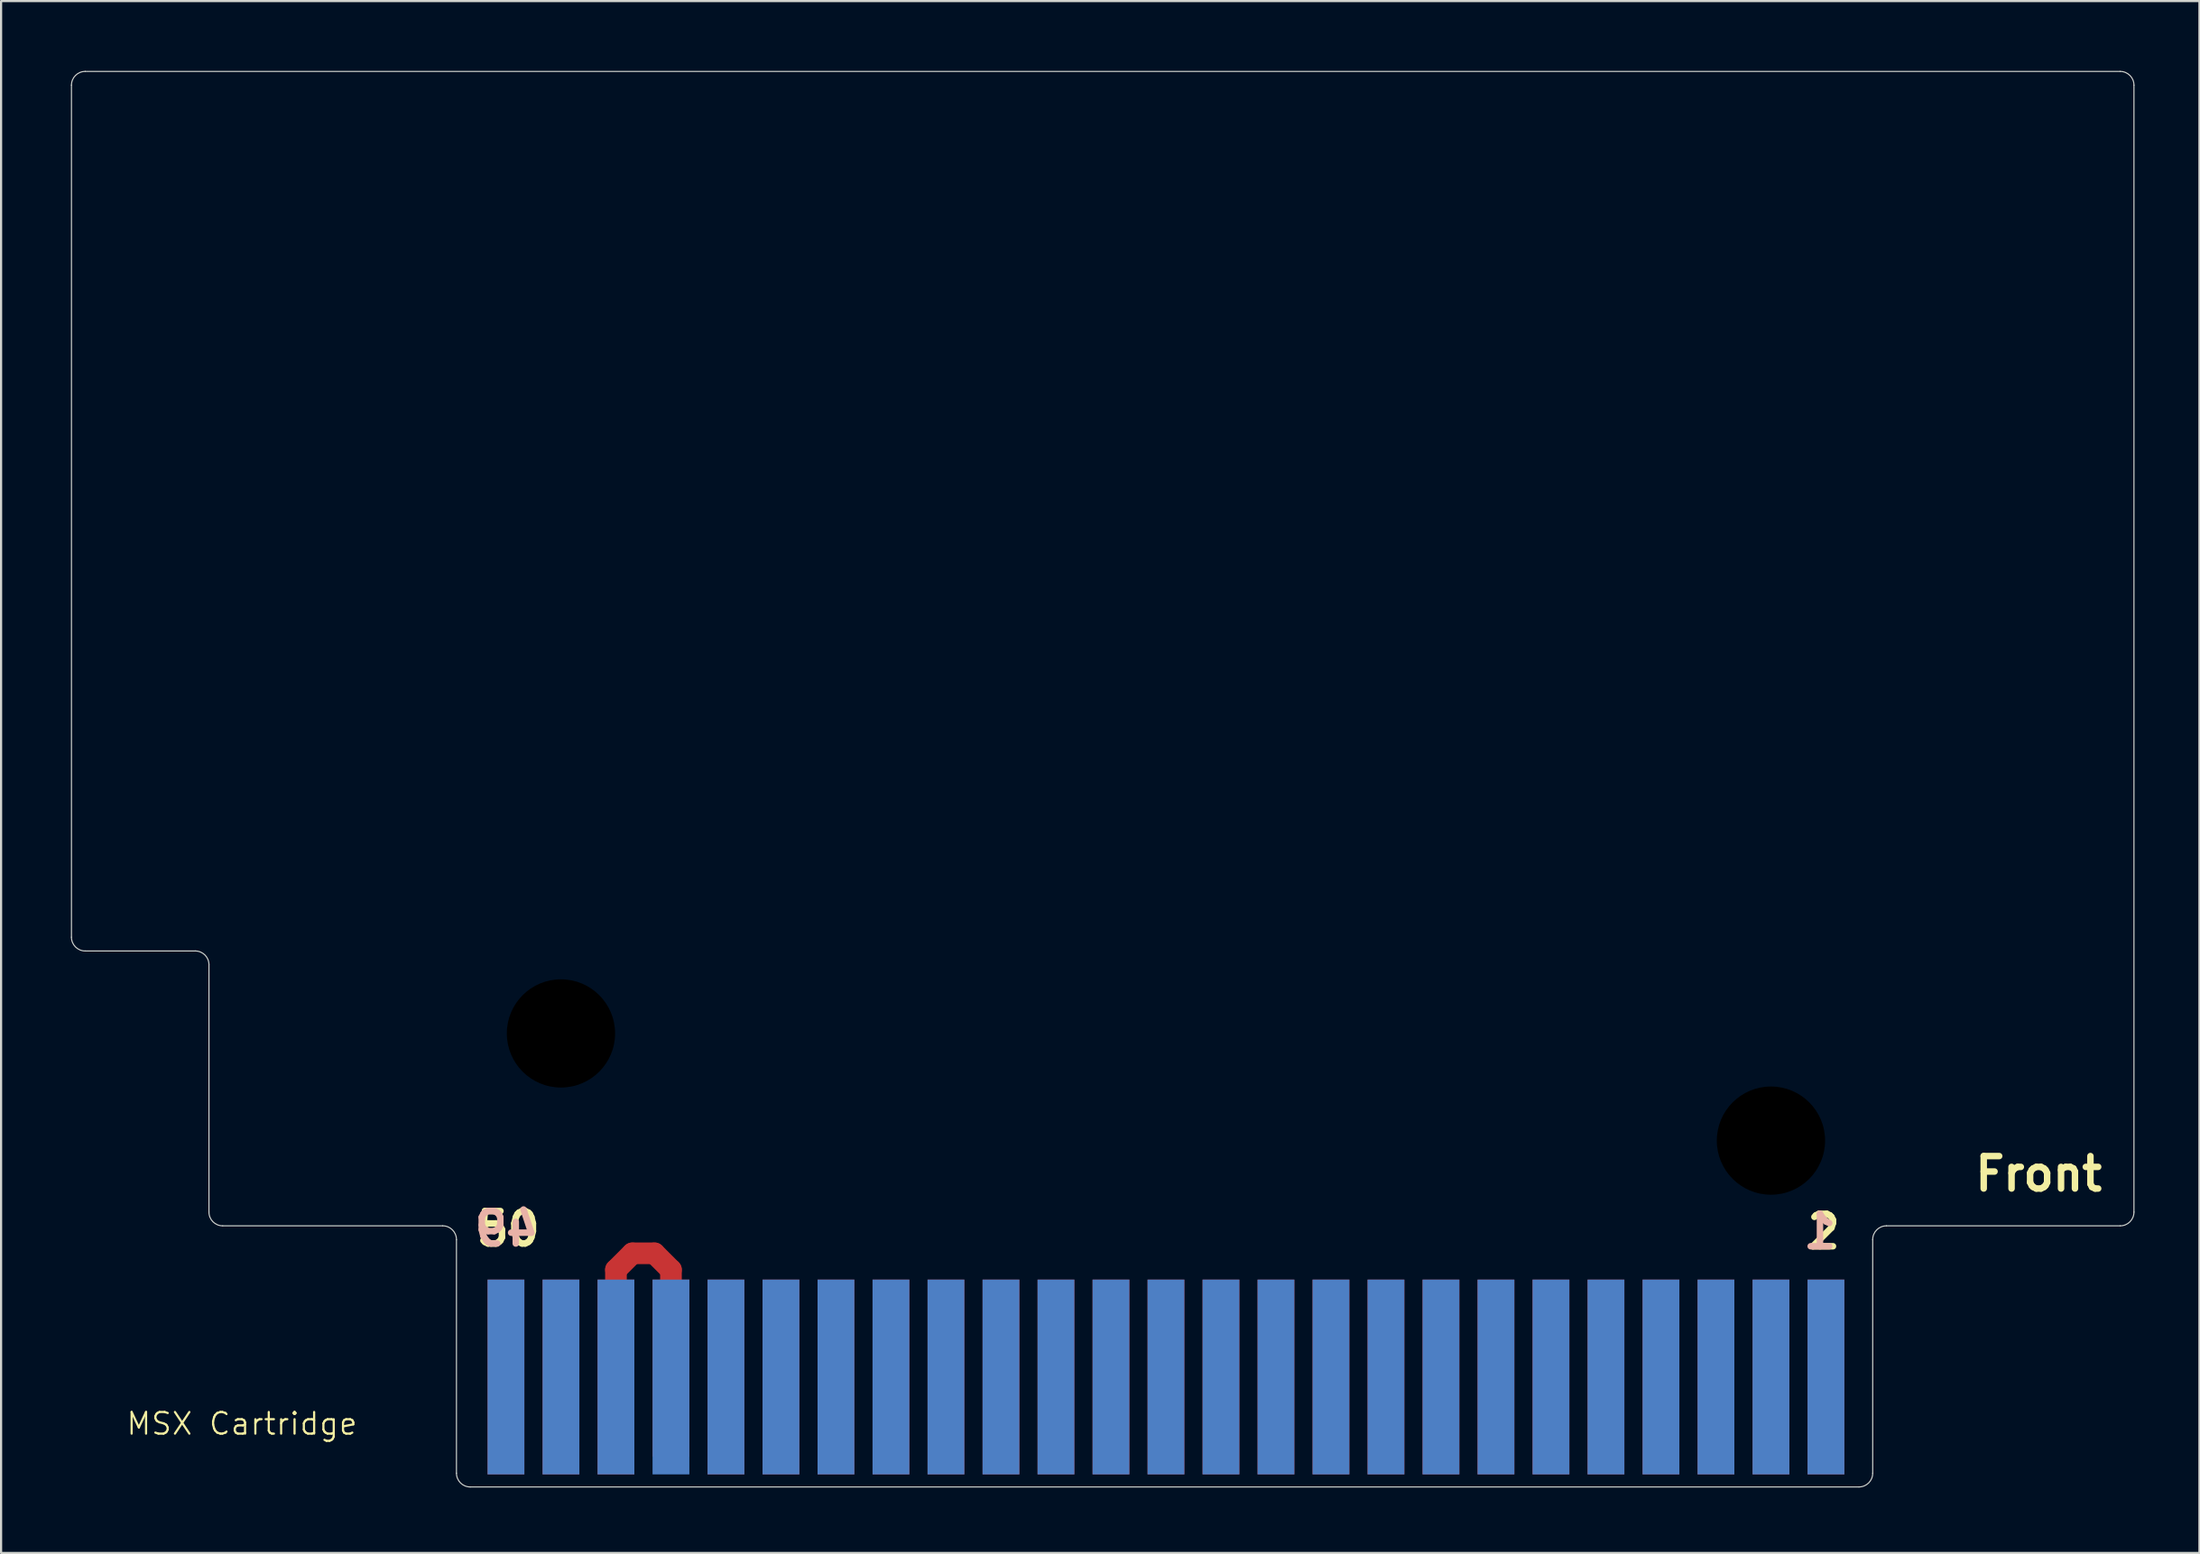
<source format=kicad_pcb>
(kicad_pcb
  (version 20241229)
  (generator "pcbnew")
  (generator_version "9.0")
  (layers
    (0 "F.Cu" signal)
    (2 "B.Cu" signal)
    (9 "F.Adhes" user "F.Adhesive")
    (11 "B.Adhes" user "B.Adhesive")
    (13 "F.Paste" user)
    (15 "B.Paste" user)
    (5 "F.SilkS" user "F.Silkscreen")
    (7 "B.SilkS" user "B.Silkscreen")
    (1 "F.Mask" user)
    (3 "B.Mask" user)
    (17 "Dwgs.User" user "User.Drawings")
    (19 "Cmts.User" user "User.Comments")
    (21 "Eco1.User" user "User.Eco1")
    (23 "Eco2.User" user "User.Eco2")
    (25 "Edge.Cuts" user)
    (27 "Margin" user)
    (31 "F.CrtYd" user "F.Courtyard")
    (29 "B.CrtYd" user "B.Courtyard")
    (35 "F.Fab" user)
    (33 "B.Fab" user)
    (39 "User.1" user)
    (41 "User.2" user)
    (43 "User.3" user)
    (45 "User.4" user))
  (footprint "MSX Cartridge"
    (layer "F.Cu")
    (at 0.25 0.25)
    (property "Reference" "MSX Cartridge" (at 7.874 62.484 0) (unlocked yes) (layer "F.SilkS") (effects (font (size 1 1) (thickness 0.1))))
    (attr smd)
    (fp_line (start 25.146 55.372) (end 25.908 54.61) (stroke (width 1) (type default)) (layer "F.Cu"))
    (fp_line (start 25.146 55.825) (end 25.146 55.372) (stroke (width 1) (type default)) (layer "F.Cu"))
    (fp_line (start 25.908 54.61) (end 26.924 54.61) (stroke (width 1) (type default)) (layer "F.Cu"))
    (fp_line (start 26.924 54.61) (end 27.686 55.372) (stroke (width 1) (type default)) (layer "F.Cu"))
    (fp_line (start 27.686 55.372) (end 27.686 55.825) (stroke (width 1) (type default)) (layer "F.Cu"))
    (fp_line (start 27.686 55.825) (end 27.686 56.134) (stroke (width 0.2) (type default)) (layer "F.Cu"))
    (fp_rect (start 17.78 55.88) (end 83.185 65.405) (stroke (width 0.1) (type solid)) (fill yes) (layer "F.Mask"))
    (fp_rect (start 17.78 55.88) (end 83.185 65.405) (stroke (width 0.1) (type solid)) (fill yes) (layer "B.Mask"))
    (fp_line (start 0 0.635) (end 0 40.005) (stroke (width 0.05) (type default)) (layer "Edge.Cuts"))
    (fp_line (start 0.635 0) (end 94.615 0) (stroke (width 0.05) (type default)) (layer "Edge.Cuts"))
    (fp_line (start 0.635 40.64) (end 5.715 40.64) (stroke (width 0.05) (type default)) (layer "Edge.Cuts"))
    (fp_line (start 6.35 52.705) (end 6.35 41.275) (stroke (width 0.05) (type default)) (layer "Edge.Cuts"))
    (fp_line (start 17.145 53.34) (end 6.985 53.34) (stroke (width 0.05) (type default)) (layer "Edge.Cuts"))
    (fp_line (start 17.78 64.77) (end 17.78 53.975) (stroke (width 0.05) (type default)) (layer "Edge.Cuts"))
    (fp_line (start 82.55 65.405) (end 18.415 65.405) (stroke (width 0.05) (type default)) (layer "Edge.Cuts"))
    (fp_line (start 83.185 53.975) (end 83.185 64.77) (stroke (width 0.05) (type default)) (layer "Edge.Cuts"))
    (fp_line (start 94.615 53.34) (end 83.82 53.34) (stroke (width 0.05) (type default)) (layer "Edge.Cuts"))
    (fp_line (start 95.25 0.635) (end 95.25 52.705) (stroke (width 0.05) (type default)) (layer "Edge.Cuts"))
    (fp_arc (start 0 0.635) (mid 0.185987 0.185987) (end 0.635 0) (stroke (width 0.05) (type default)) (layer "Edge.Cuts"))
    (fp_arc (start 0.635 40.64) (mid 0.185987 40.454013) (end 0 40.005) (stroke (width 0.05) (type default)) (layer "Edge.Cuts"))
    (fp_arc (start 5.715 40.64) (mid 6.164013 40.825987) (end 6.35 41.275) (stroke (width 0.05) (type default)) (layer "Edge.Cuts"))
    (fp_arc (start 6.985 53.34) (mid 6.535987 53.154013) (end 6.35 52.705) (stroke (width 0.05) (type default)) (layer "Edge.Cuts"))
    (fp_arc (start 17.145 53.34) (mid 17.594013 53.525987) (end 17.78 53.975) (stroke (width 0.05) (type default)) (layer "Edge.Cuts"))
    (fp_arc (start 18.415 65.405) (mid 17.965987 65.219013) (end 17.78 64.77) (stroke (width 0.05) (type default)) (layer "Edge.Cuts"))
    (fp_arc (start 83.185 53.975) (mid 83.370987 53.525987) (end 83.82 53.34) (stroke (width 0.05) (type default)) (layer "Edge.Cuts"))
    (fp_arc (start 83.185 64.77) (mid 82.999013 65.219013) (end 82.55 65.405) (stroke (width 0.05) (type default)) (layer "Edge.Cuts"))
    (fp_arc (start 94.615 0) (mid 95.064013 0.185987) (end 95.25 0.635) (stroke (width 0.05) (type default)) (layer "Edge.Cuts"))
    (fp_arc (start 95.25 52.705) (mid 95.064013 53.154013) (end 94.615 53.34) (stroke (width 0.05) (type default)) (layer "Edge.Cuts"))
    (fp_text user "50" (at 18.542 54.356 0) (unlocked yes) (layer "F.SilkS") (effects (font (size 1.5 1.5) (thickness 0.3) (bold yes)) (justify left bottom)))
    (fp_text user "2" (at 80.01 54.483 0) (unlocked yes) (layer "F.SilkS") (effects (font (size 1.5 1.5) (thickness 0.3) (bold yes)) (justify left bottom)))
    (fp_text user "Front" (at 87.757 51.816 0) (unlocked yes) (layer "F.SilkS") (effects (font (size 1.5 1.5) (thickness 0.3) (bold yes)) (justify left bottom)))
    (fp_text user "49" (at 21.717 54.356 0) (unlocked yes) (layer "B.SilkS") (effects (font (size 1.5 1.5) (thickness 0.3) (bold yes)) (justify left bottom mirror)))
    (fp_text user "1" (at 81.661 54.483 0) (unlocked yes) (layer "B.SilkS") (effects (font (size 1.5 1.5) (thickness 0.3) (bold yes)) (justify left bottom mirror)))
    (pad "" np_thru_hole circle (at 22.606 44.45) (size 6 6) (drill 5) (layers "*.Mask"))
    (pad "" np_thru_hole circle (at 78.486 49.403) (size 6 6) (drill 5) (layers "*.Mask"))
    (pad "1" smd rect (at 81.026 60.325) (size 1.7 9) (layers "B.Cu" "B.Mask" "B.Paste"))
    (pad "2" smd rect (at 81.026 60.325) (size 1.7 9) (layers "F.Cu" "F.Mask" "F.Paste"))
    (pad "3" smd rect (at 78.486 60.325) (size 1.7 9) (layers "B.Cu" "B.Mask" "B.Paste"))
    (pad "4" smd rect (at 78.486 60.325) (size 1.7 9) (layers "F.Cu" "F.Mask" "F.Paste"))
    (pad "5" smd rect (at 75.946 60.325) (size 1.7 9) (layers "B.Cu" "B.Mask" "B.Paste"))
    (pad "6" smd rect (at 75.946 60.325) (size 1.7 9) (layers "F.Cu" "F.Mask" "F.Paste"))
    (pad "7" smd rect (at 73.406 60.325) (size 1.7 9) (layers "B.Cu" "B.Mask" "B.Paste"))
    (pad "8" smd rect (at 73.406 60.325) (size 1.7 9) (layers "F.Cu" "F.Mask" "F.Paste"))
    (pad "9" smd rect (at 70.866 60.325) (size 1.7 9) (layers "B.Cu" "B.Mask" "B.Paste"))
    (pad "10" smd rect (at 70.866 60.325) (size 1.7 9) (layers "F.Cu" "F.Mask" "F.Paste"))
    (pad "11" smd rect (at 68.326 60.325) (size 1.7 9) (layers "B.Cu" "B.Mask" "B.Paste"))
    (pad "12" smd rect (at 68.326 60.325) (size 1.7 9) (layers "F.Cu" "F.Mask" "F.Paste"))
    (pad "13" smd rect (at 65.786 60.325) (size 1.7 9) (layers "B.Cu" "B.Mask" "B.Paste"))
    (pad "14" smd rect (at 65.786 60.325) (size 1.7 9) (layers "F.Cu" "F.Mask" "F.Paste"))
    (pad "15" smd rect (at 63.246 60.325) (size 1.7 9) (layers "B.Cu" "B.Mask" "B.Paste"))
    (pad "16" smd rect (at 63.246 60.325) (size 1.7 9) (layers "F.Cu" "F.Mask" "F.Paste"))
    (pad "17" smd rect (at 60.706 60.325) (size 1.7 9) (layers "B.Cu" "B.Mask" "B.Paste"))
    (pad "18" smd rect (at 60.706 60.325) (size 1.7 9) (layers "F.Cu" "F.Mask" "F.Paste"))
    (pad "19" smd rect (at 58.166 60.325) (size 1.7 9) (layers "B.Cu" "B.Mask" "B.Paste"))
    (pad "20" smd rect (at 58.166 60.325) (size 1.7 9) (layers "F.Cu" "F.Mask" "F.Paste"))
    (pad "21" smd rect (at 55.626 60.325) (size 1.7 9) (layers "B.Cu" "B.Mask" "B.Paste"))
    (pad "22" smd rect (at 55.626 60.325) (size 1.7 9) (layers "F.Cu" "F.Mask" "F.Paste"))
    (pad "23" smd rect (at 53.086 60.325) (size 1.7 9) (layers "B.Cu" "B.Mask" "B.Paste"))
    (pad "24" smd rect (at 53.086 60.325) (size 1.7 9) (layers "F.Cu" "F.Mask" "F.Paste"))
    (pad "25" smd rect (at 50.546 60.325) (size 1.7 9) (layers "B.Cu" "B.Mask" "B.Paste"))
    (pad "26" smd rect (at 50.546 60.325) (size 1.7 9) (layers "F.Cu" "F.Mask" "F.Paste"))
    (pad "27" smd rect (at 48.006 60.325) (size 1.7 9) (layers "B.Cu" "B.Mask" "B.Paste"))
    (pad "28" smd rect (at 48.006 60.325) (size 1.7 9) (layers "F.Cu" "F.Mask" "F.Paste"))
    (pad "29" smd rect (at 45.466 60.325) (size 1.7 9) (layers "B.Cu" "B.Mask" "B.Paste"))
    (pad "30" smd rect (at 45.466 60.325) (size 1.7 9) (layers "F.Cu" "F.Mask" "F.Paste"))
    (pad "31" smd rect (at 42.926 60.325) (size 1.7 9) (layers "B.Cu" "B.Mask" "B.Paste"))
    (pad "32" smd rect (at 42.926 60.325) (size 1.7 9) (layers "F.Cu" "F.Mask" "F.Paste"))
    (pad "33" smd rect (at 40.386 60.325) (size 1.7 9) (layers "B.Cu" "B.Mask" "B.Paste"))
    (pad "34" smd rect (at 40.386 60.325) (size 1.7 9) (layers "F.Cu" "F.Mask" "F.Paste"))
    (pad "35" smd rect (at 37.846 60.325) (size 1.7 9) (layers "B.Cu" "B.Mask" "B.Paste"))
    (pad "36" smd rect (at 37.846 60.325) (size 1.7 9) (layers "F.Cu" "F.Mask" "F.Paste"))
    (pad "37" smd rect (at 35.306 60.325) (size 1.7 9) (layers "B.Cu" "B.Mask" "B.Paste"))
    (pad "38" smd rect (at 35.306 60.325) (size 1.7 9) (layers "F.Cu" "F.Mask" "F.Paste"))
    (pad "39" smd rect (at 32.766 60.325) (size 1.7 9) (layers "B.Cu" "B.Mask" "B.Paste"))
    (pad "40" smd rect (at 32.766 60.325) (size 1.7 9) (layers "F.Cu" "F.Mask" "F.Paste"))
    (pad "41" smd rect (at 30.226 60.325) (size 1.7 9) (layers "B.Cu" "B.Mask" "B.Paste"))
    (pad "42" smd rect (at 30.226 60.325) (size 1.7 9) (layers "F.Cu" "F.Mask" "F.Paste"))
    (pad "43" smd rect (at 27.686 60.325) (size 1.7 9) (layers "B.Cu" "B.Mask" "B.Paste"))
    (pad "44" smd rect (at 27.686 59.916) (size 1.7 8.183) (layers "F.Cu" "F.Mask" "F.Paste"))
    (pad "45" smd rect (at 25.146 60.325) (size 1.7 9) (layers "B.Cu" "B.Mask" "B.Paste"))
    (pad "46" smd rect (at 25.146 60.325) (size 1.7 9) (layers "F.Cu" "F.Mask" "F.Paste"))
    (pad "47" smd rect (at 22.606 60.325) (size 1.7 9) (layers "B.Cu" "B.Mask" "B.Paste"))
    (pad "48" smd rect (at 22.606 60.325) (size 1.7 9) (layers "F.Cu" "F.Mask" "F.Paste"))
    (pad "49" smd rect (at 20.066 60.325) (size 1.7 9) (layers "B.Cu" "B.Mask" "B.Paste"))
    (pad "50" smd rect (at 20.066 60.325) (size 1.7 9) (layers "F.Cu" "F.Mask" "F.Paste"))
    (zone (net_name "") (layers "F.Cu" "B.Cu") (hatch edge 0.5) (connect_pads) (min_thickness 0.25) (filled_areas_thickness no) (keepout (tracks not_allowed) (vias not_allowed) (pads not_allowed) (copperpour not_allowed) (footprints not_allowed)) (placement (enabled no)) (fill) (polygon (pts (xy 18.03 56.892) (xy 18.03 65.655) (xy 83.435 65.655) (xy 83.435 56.892)))))
  (gr_rect
    (start -3 -3)
    (end 98.525 68.705)
    (stroke (width 0.1) (type default))
    (fill no)
    (layer "Edge.Cuts")))
</source>
